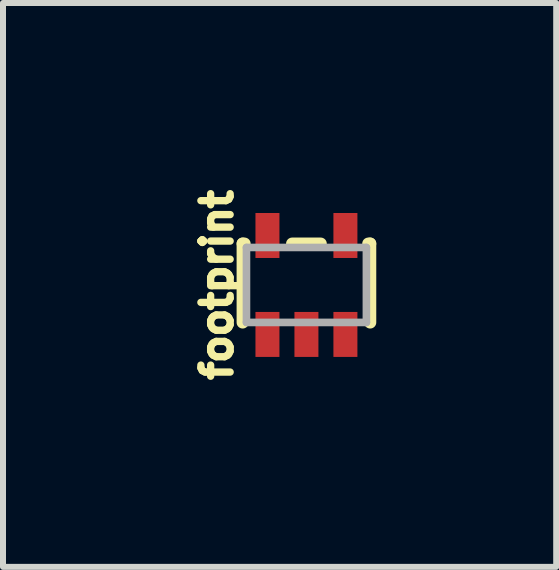
<source format=kicad_pcb>
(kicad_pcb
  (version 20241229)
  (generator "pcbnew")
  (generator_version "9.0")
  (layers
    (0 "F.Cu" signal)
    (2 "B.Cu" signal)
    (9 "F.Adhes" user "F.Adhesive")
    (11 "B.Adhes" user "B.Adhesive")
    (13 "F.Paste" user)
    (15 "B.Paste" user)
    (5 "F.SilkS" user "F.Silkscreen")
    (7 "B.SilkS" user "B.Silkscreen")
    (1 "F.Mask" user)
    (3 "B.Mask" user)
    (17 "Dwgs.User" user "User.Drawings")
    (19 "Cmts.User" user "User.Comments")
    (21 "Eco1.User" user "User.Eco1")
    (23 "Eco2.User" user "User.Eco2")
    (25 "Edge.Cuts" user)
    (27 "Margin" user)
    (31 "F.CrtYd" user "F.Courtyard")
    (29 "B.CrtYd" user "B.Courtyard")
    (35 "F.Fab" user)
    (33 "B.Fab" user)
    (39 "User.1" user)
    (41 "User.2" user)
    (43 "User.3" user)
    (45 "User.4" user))
  (footprint "footprint"
    (layer "F.Cu")
    (at 2.06 1.702)
    (property "Reference" "footprint" (at -1.206 0 90) (layer "F.SilkS") (effects (font (size 0.488 0.488) (thickness 0.122)) (justify bottom)))
    (fp_line (start -1.063 -0.689) (end -1.032 -0.689) (stroke (width 0.203) (type solid)) (layer "F.SilkS"))
    (fp_line (start -1.063 0.625) (end -1.063 -0.689) (stroke (width 0.203) (type solid)) (layer "F.SilkS"))
    (fp_line (start -0.238 -0.689) (end 0.238 -0.689) (stroke (width 0.203) (type solid)) (layer "F.SilkS"))
    (fp_line (start 1.032 -0.689) (end 1.063 -0.689) (stroke (width 0.203) (type solid)) (layer "F.SilkS"))
    (fp_line (start 1.063 -0.689) (end 1.063 0.625) (stroke (width 0.203) (type solid)) (layer "F.SilkS"))
    (fp_poly (pts (xy -0.85 -0.45) (xy -0.45 -0.45) (xy -0.45 -1.2) (xy -0.85 -1.2)) (stroke (width 0) (type solid)) (fill yes) (layer "F.Paste"))
    (fp_poly (pts (xy -0.838 1.168) (xy -0.508 1.168) (xy -0.508 0.483) (xy -0.838 0.483)) (stroke (width 0) (type solid)) (fill yes) (layer "F.Paste"))
    (fp_poly (pts (xy -0.165 1.168) (xy 0.165 1.168) (xy 0.165 0.483) (xy -0.165 0.483)) (stroke (width 0) (type solid)) (fill yes) (layer "F.Paste"))
    (fp_poly (pts (xy 0.45 -0.45) (xy 0.85 -0.45) (xy 0.85 -1.2) (xy 0.45 -1.2)) (stroke (width 0) (type solid)) (fill yes) (layer "F.Paste"))
    (fp_poly (pts (xy 0.508 1.168) (xy 0.838 1.168) (xy 0.838 0.483) (xy 0.508 0.483)) (stroke (width 0) (type solid)) (fill yes) (layer "F.Paste"))
    (fp_line (start -1 -0.625) (end 1 -0.625) (stroke (width 0.127) (type solid)) (layer "F.Fab"))
    (fp_line (start -1 0.625) (end -1 -0.625) (stroke (width 0.127) (type solid)) (layer "F.Fab"))
    (fp_line (start -1 0.625) (end 1 0.625) (stroke (width 0.127) (type solid)) (layer "F.Fab"))
    (fp_line (start 1 -0.625) (end 1 0.625) (stroke (width 0.127) (type solid)) (layer "F.Fab"))
    (pad "1" smd rect (at -0.65 0.825) (size 0.4 0.75) (layers "F.Cu" "F.Mask"))
    (pad "2" smd rect (at 0 0.825) (size 0.4 0.75) (layers "F.Cu" "F.Mask"))
    (pad "3" smd rect (at 0.65 0.825) (size 0.4 0.75) (layers "F.Cu" "F.Mask"))
    (pad "4" smd rect (at 0.65 -0.825) (size 0.4 0.75) (layers "F.Cu" "F.Mask"))
    (pad "5" smd rect (at -0.65 -0.825) (size 0.4 0.75) (layers "F.Cu" "F.Mask")))
  (gr_rect
    (start -3 -3)
    (end 6.225 6.403)
    (stroke (width 0.1) (type default))
    (fill no)
    (layer "Edge.Cuts")))
</source>
